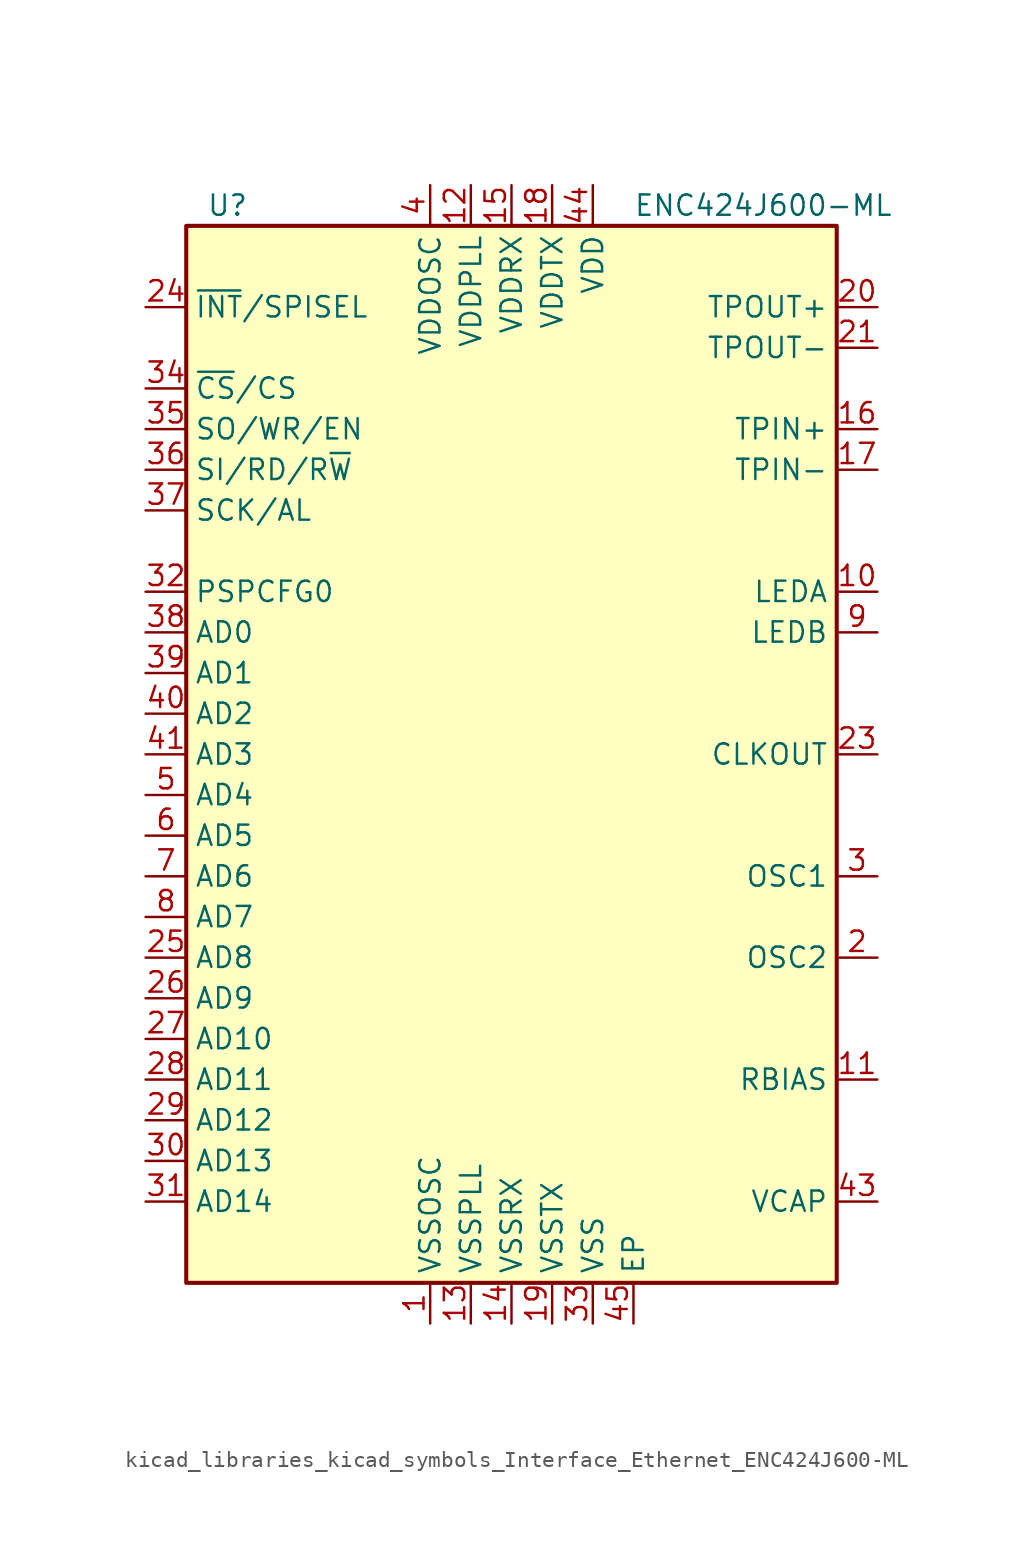
<source format=kicad_sym>
(kicad_symbol_lib
  (version 20220914)
  (generator kicad_symbol_editor)
  (symbol "kicad_libraries_kicad_symbols_Interface_Ethernet_ENC424J600-ML"
    (property "Reference" "U"
      (at -19.05 34.29 0)
      (effects (font (size 1.27 1.27)) (justify left)))
    (property "Value" "ENC424J600-ML"
      (at 7.62 34.29 0)
      (effects (font (size 1.27 1.27)) (justify left)))
    (symbol "kicad_libraries_kicad_symbols_Interface_Ethernet_ENC424J600-ML_0_1"
      (rectangle (start -20.32 33.02) (end 20.32 -33.02) (stroke (width 0.254) (type default)) (fill (type background))))
    (symbol "kicad_libraries_kicad_symbols_Interface_Ethernet_ENC424J600-ML_1_1"
      (pin power_in line (at -5.08 -35.56 90) (length 2.54) (name "VSSOSC" (effects (font (size 1.27 1.27)))) (number "1" (effects (font (size 1.27 1.27)))))
      (pin output line (at 22.86 10.16 180) (length 2.54) (name "LEDA" (effects (font (size 1.27 1.27)))) (number "10" (effects (font (size 1.27 1.27)))))
      (pin input line (at 22.86 -20.32 180) (length 2.54) (name "RBIAS" (effects (font (size 1.27 1.27)))) (number "11" (effects (font (size 1.27 1.27)))))
      (pin power_in line (at -2.54 35.56 270) (length 2.54) (name "VDDPLL" (effects (font (size 1.27 1.27)))) (number "12" (effects (font (size 1.27 1.27)))))
      (pin power_in line (at -2.54 -35.56 90) (length 2.54) (name "VSSPLL" (effects (font (size 1.27 1.27)))) (number "13" (effects (font (size 1.27 1.27)))))
      (pin power_in line (at 0 -35.56 90) (length 2.54) (name "VSSRX" (effects (font (size 1.27 1.27)))) (number "14" (effects (font (size 1.27 1.27)))))
      (pin power_in line (at 0 35.56 270) (length 2.54) (name "VDDRX" (effects (font (size 1.27 1.27)))) (number "15" (effects (font (size 1.27 1.27)))))
      (pin input line (at 22.86 20.32 180) (length 2.54) (name "TPIN+" (effects (font (size 1.27 1.27)))) (number "16" (effects (font (size 1.27 1.27)))))
      (pin input line (at 22.86 17.78 180) (length 2.54) (name "TPIN-" (effects (font (size 1.27 1.27)))) (number "17" (effects (font (size 1.27 1.27)))))
      (pin power_in line (at 2.54 35.56 270) (length 2.54) (name "VDDTX" (effects (font (size 1.27 1.27)))) (number "18" (effects (font (size 1.27 1.27)))))
      (pin power_in line (at 2.54 -35.56 90) (length 2.54) (name "VSSTX" (effects (font (size 1.27 1.27)))) (number "19" (effects (font (size 1.27 1.27)))))
      (pin output line (at 22.86 -12.7 180) (length 2.54) (name "OSC2" (effects (font (size 1.27 1.27)))) (number "2" (effects (font (size 1.27 1.27)))))
      (pin output line (at 22.86 27.94 180) (length 2.54) (name "TPOUT+" (effects (font (size 1.27 1.27)))) (number "20" (effects (font (size 1.27 1.27)))))
      (pin output line (at 22.86 25.4 180) (length 2.54) (name "TPOUT-" (effects (font (size 1.27 1.27)))) (number "21" (effects (font (size 1.27 1.27)))))
      (pin passive line (at 2.54 -35.56 90) (length 2.54) hide (name "VSSTX" (effects (font (size 1.27 1.27)))) (number "22" (effects (font (size 1.27 1.27)))))
      (pin output line (at 22.86 0 180) (length 2.54) (name "CLKOUT" (effects (font (size 1.27 1.27)))) (number "23" (effects (font (size 1.27 1.27)))))
      (pin bidirectional line (at -22.86 27.94 0) (length 2.54) (name "~{INT}/SPISEL" (effects (font (size 1.27 1.27)))) (number "24" (effects (font (size 1.27 1.27)))))
      (pin bidirectional line (at -22.86 -12.7 0) (length 2.54) (name "AD8" (effects (font (size 1.27 1.27)))) (number "25" (effects (font (size 1.27 1.27)))))
      (pin bidirectional line (at -22.86 -15.24 0) (length 2.54) (name "AD9" (effects (font (size 1.27 1.27)))) (number "26" (effects (font (size 1.27 1.27)))))
      (pin bidirectional line (at -22.86 -17.78 0) (length 2.54) (name "AD10" (effects (font (size 1.27 1.27)))) (number "27" (effects (font (size 1.27 1.27)))))
      (pin bidirectional line (at -22.86 -20.32 0) (length 2.54) (name "AD11" (effects (font (size 1.27 1.27)))) (number "28" (effects (font (size 1.27 1.27)))))
      (pin bidirectional line (at -22.86 -22.86 0) (length 2.54) (name "AD12" (effects (font (size 1.27 1.27)))) (number "29" (effects (font (size 1.27 1.27)))))
      (pin input line (at 22.86 -7.62 180) (length 2.54) (name "OSC1" (effects (font (size 1.27 1.27)))) (number "3" (effects (font (size 1.27 1.27)))))
      (pin bidirectional line (at -22.86 -25.4 0) (length 2.54) (name "AD13" (effects (font (size 1.27 1.27)))) (number "30" (effects (font (size 1.27 1.27)))))
      (pin bidirectional line (at -22.86 -27.94 0) (length 2.54) (name "AD14" (effects (font (size 1.27 1.27)))) (number "31" (effects (font (size 1.27 1.27)))))
      (pin input line (at -22.86 10.16 0) (length 2.54) (name "PSPCFG0" (effects (font (size 1.27 1.27)))) (number "32" (effects (font (size 1.27 1.27)))))
      (pin power_in line (at 5.08 -35.56 90) (length 2.54) (name "VSS" (effects (font (size 1.27 1.27)))) (number "33" (effects (font (size 1.27 1.27)))))
      (pin input line (at -22.86 22.86 0) (length 2.54) (name "~{CS}/CS" (effects (font (size 1.27 1.27)))) (number "34" (effects (font (size 1.27 1.27)))))
      (pin bidirectional line (at -22.86 20.32 0) (length 2.54) (name "SO/WR/EN" (effects (font (size 1.27 1.27)))) (number "35" (effects (font (size 1.27 1.27)))))
      (pin input line (at -22.86 17.78 0) (length 2.54) (name "SI/RD/R~{W}" (effects (font (size 1.27 1.27)))) (number "36" (effects (font (size 1.27 1.27)))))
      (pin input line (at -22.86 15.24 0) (length 2.54) (name "SCK/AL" (effects (font (size 1.27 1.27)))) (number "37" (effects (font (size 1.27 1.27)))))
      (pin bidirectional line (at -22.86 7.62 0) (length 2.54) (name "AD0" (effects (font (size 1.27 1.27)))) (number "38" (effects (font (size 1.27 1.27)))))
      (pin input line (at -22.86 5.08 0) (length 2.54) (name "AD1" (effects (font (size 1.27 1.27)))) (number "39" (effects (font (size 1.27 1.27)))))
      (pin power_in line (at -5.08 35.56 270) (length 2.54) (name "VDDOSC" (effects (font (size 1.27 1.27)))) (number "4" (effects (font (size 1.27 1.27)))))
      (pin bidirectional line (at -22.86 2.54 0) (length 2.54) (name "AD2" (effects (font (size 1.27 1.27)))) (number "40" (effects (font (size 1.27 1.27)))))
      (pin bidirectional line (at -22.86 0 0) (length 2.54) (name "AD3" (effects (font (size 1.27 1.27)))) (number "41" (effects (font (size 1.27 1.27)))))
      (pin passive line (at 5.08 -35.56 90) (length 2.54) hide (name "VSS" (effects (font (size 1.27 1.27)))) (number "42" (effects (font (size 1.27 1.27)))))
      (pin input line (at 22.86 -27.94 180) (length 2.54) (name "VCAP" (effects (font (size 1.27 1.27)))) (number "43" (effects (font (size 1.27 1.27)))))
      (pin power_in line (at 5.08 35.56 270) (length 2.54) (name "VDD" (effects (font (size 1.27 1.27)))) (number "44" (effects (font (size 1.27 1.27)))))
      (pin power_in line (at 7.62 -35.56 90) (length 2.54) (name "EP" (effects (font (size 1.27 1.27)))) (number "45" (effects (font (size 1.27 1.27)))))
      (pin bidirectional line (at -22.86 -2.54 0) (length 2.54) (name "AD4" (effects (font (size 1.27 1.27)))) (number "5" (effects (font (size 1.27 1.27)))))
      (pin bidirectional line (at -22.86 -5.08 0) (length 2.54) (name "AD5" (effects (font (size 1.27 1.27)))) (number "6" (effects (font (size 1.27 1.27)))))
      (pin bidirectional line (at -22.86 -7.62 0) (length 2.54) (name "AD6" (effects (font (size 1.27 1.27)))) (number "7" (effects (font (size 1.27 1.27)))))
      (pin bidirectional line (at -22.86 -10.16 0) (length 2.54) (name "AD7" (effects (font (size 1.27 1.27)))) (number "8" (effects (font (size 1.27 1.27)))))
      (pin output line (at 22.86 7.62 180) (length 2.54) (name "LEDB" (effects (font (size 1.27 1.27)))) (number "9" (effects (font (size 1.27 1.27))))))))
</source>
